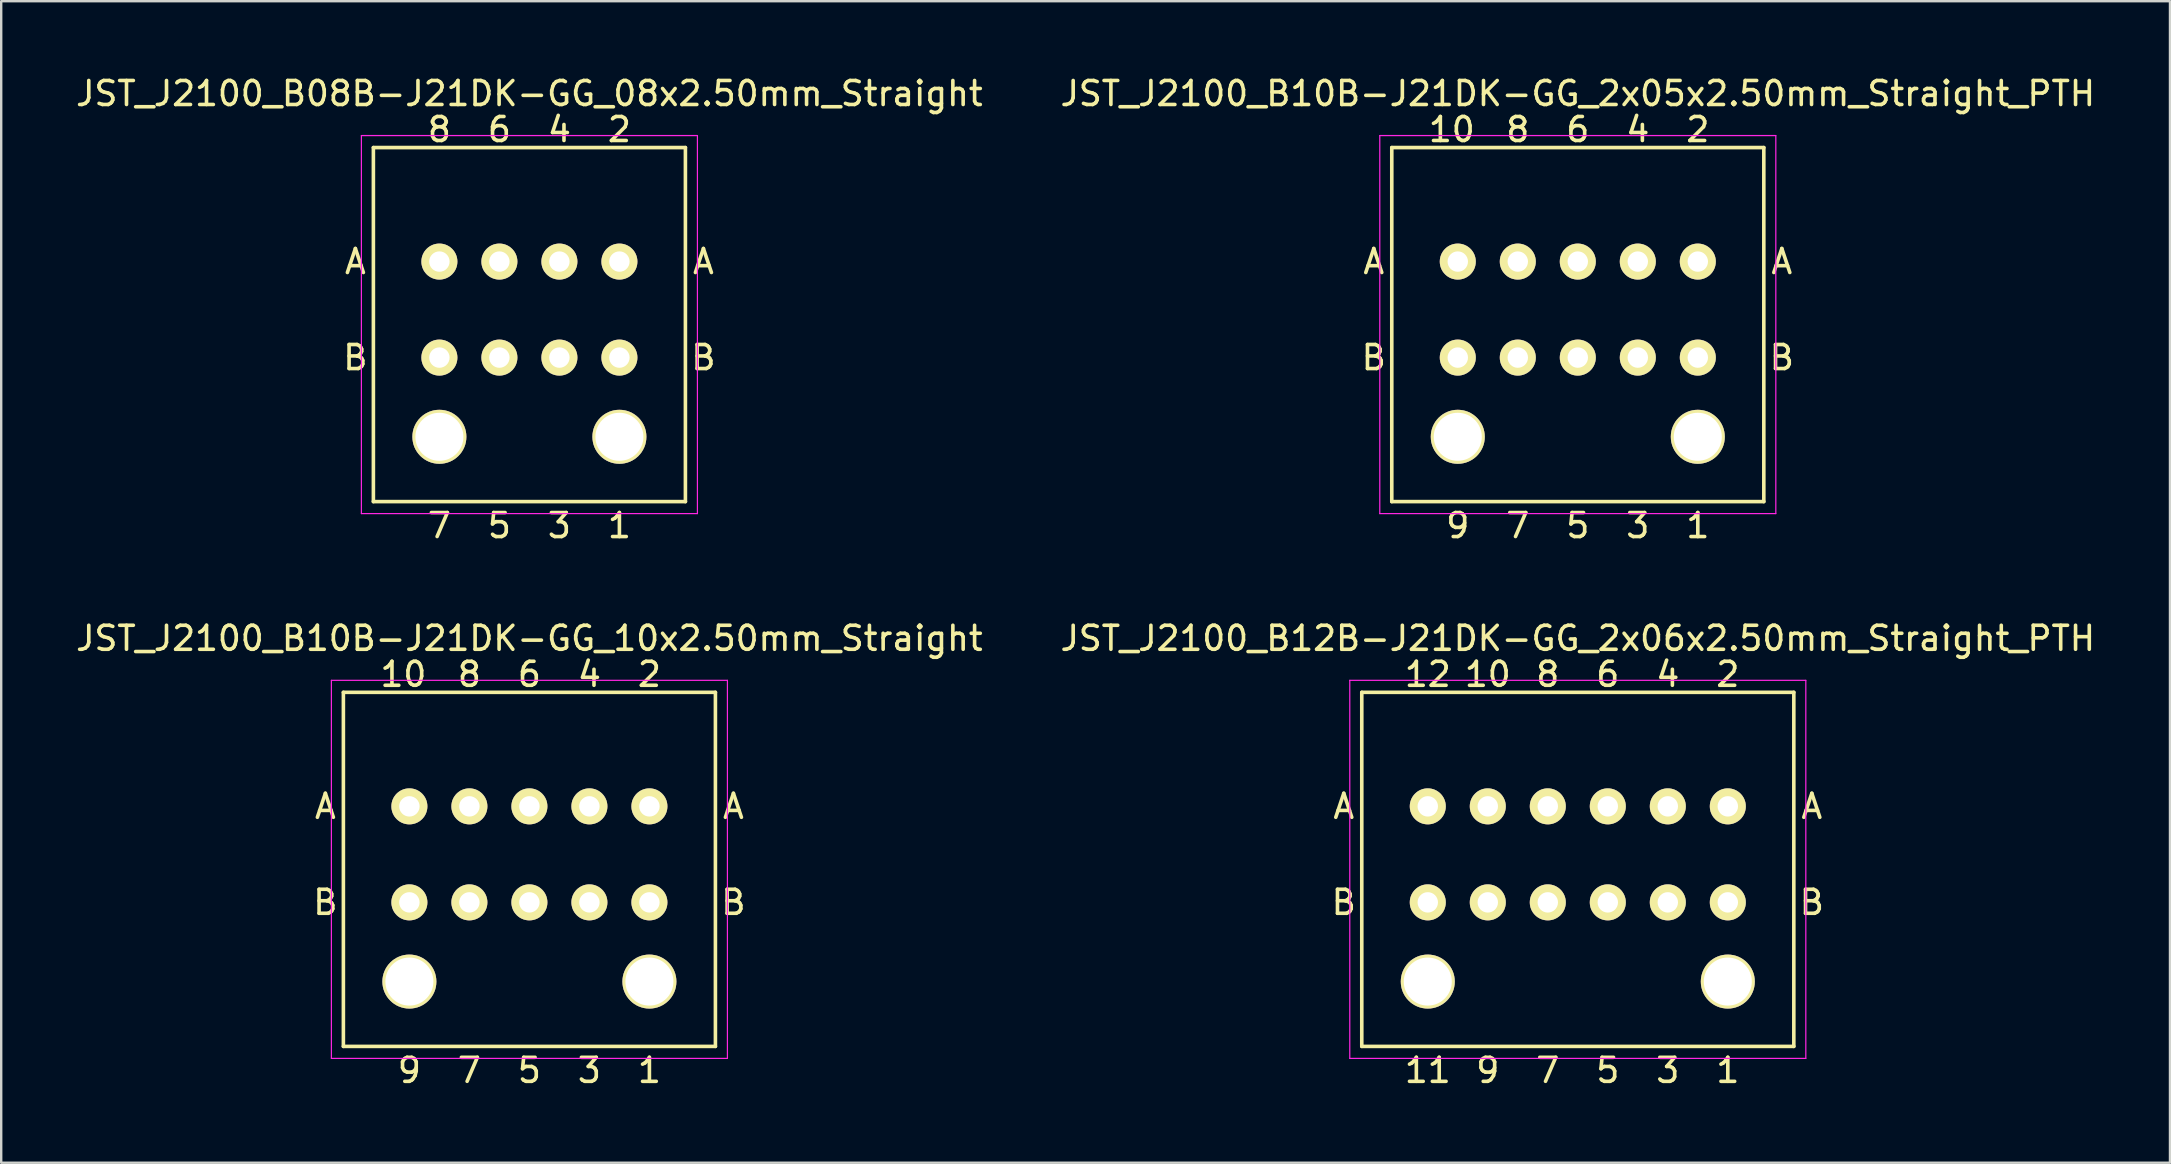
<source format=kicad_pcb>
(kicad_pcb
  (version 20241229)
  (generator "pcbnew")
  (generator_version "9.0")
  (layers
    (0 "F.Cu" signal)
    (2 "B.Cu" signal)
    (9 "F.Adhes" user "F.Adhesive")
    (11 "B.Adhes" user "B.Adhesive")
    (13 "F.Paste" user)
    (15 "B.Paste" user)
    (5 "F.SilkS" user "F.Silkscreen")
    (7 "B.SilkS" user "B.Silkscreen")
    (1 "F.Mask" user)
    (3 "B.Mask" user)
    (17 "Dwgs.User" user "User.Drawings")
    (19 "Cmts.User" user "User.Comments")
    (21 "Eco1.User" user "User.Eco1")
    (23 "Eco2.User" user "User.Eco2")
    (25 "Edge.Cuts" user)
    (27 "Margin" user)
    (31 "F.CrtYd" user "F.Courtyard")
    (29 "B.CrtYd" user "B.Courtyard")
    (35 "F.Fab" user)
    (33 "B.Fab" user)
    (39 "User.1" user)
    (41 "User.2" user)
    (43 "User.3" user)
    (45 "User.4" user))
  (footprint "JST_J2100_B08B-J21DK-GG_08x2.50mm_Straight"
    (layer "F.Cu")
    (at 22.756 11.848)
    (property "Reference" "JST_J2100_B08B-J21DK-GG_08x2.50mm_Straight" (at -3.75 -11 0) (layer "F.SilkS") (effects (font (size 1 1) (thickness 0.15))))
    (attr through_hole)
    (fp_line (start -10.25 6) (end -10.25 -8.75) (stroke (width 0.15) (type solid)) (layer "F.SilkS"))
    (fp_line (start 2.75 -8.75) (end -10.25 -8.75) (stroke (width 0.15) (type solid)) (layer "F.SilkS"))
    (fp_line (start 2.75 -8.75) (end 2.75 6) (stroke (width 0.15) (type solid)) (layer "F.SilkS"))
    (fp_line (start 2.75 6) (end -10.25 6) (stroke (width 0.15) (type solid)) (layer "F.SilkS"))
    (fp_line (start -10.75 -9.25) (end 3.25 -9.25) (stroke (width 0.05) (type solid)) (layer "F.CrtYd"))
    (fp_line (start -10.75 6.5) (end -10.75 -9.25) (stroke (width 0.05) (type solid)) (layer "F.CrtYd"))
    (fp_line (start 3.25 -9.25) (end 3.25 6.5) (stroke (width 0.05) (type solid)) (layer "F.CrtYd"))
    (fp_line (start 3.25 6.5) (end -10.75 6.5) (stroke (width 0.05) (type solid)) (layer "F.CrtYd"))
    (fp_text user "B" (at 3.5 0 0) (layer "F.SilkS") (effects (font (size 1 1) (thickness 0.15))))
    (fp_text user "8" (at -7.5 -9.5 0) (layer "F.SilkS") (effects (font (size 1 1) (thickness 0.15))))
    (fp_text user "4" (at -2.5 -9.5 0) (layer "F.SilkS") (effects (font (size 1 1) (thickness 0.15))))
    (fp_text user "B" (at -11 0 0) (layer "F.SilkS") (effects (font (size 1 1) (thickness 0.15))))
    (fp_text user "2" (at 0 -9.5 0) (layer "F.SilkS") (effects (font (size 1 1) (thickness 0.15))))
    (fp_text user "A" (at 3.5 -4 0) (layer "F.SilkS") (effects (font (size 1 1) (thickness 0.15))))
    (fp_text user "A" (at -11 -4 0) (layer "F.SilkS") (effects (font (size 1 1) (thickness 0.15))))
    (fp_text user "1" (at 0 7 0) (layer "F.SilkS") (effects (font (size 1 1) (thickness 0.15))))
    (fp_text user "7" (at -7.5 7 0) (layer "F.SilkS") (effects (font (size 1 1) (thickness 0.15))))
    (fp_text user "6" (at -5 -9.5 0) (layer "F.SilkS") (effects (font (size 1 1) (thickness 0.15))))
    (fp_text user "5" (at -5 7 0) (layer "F.SilkS") (effects (font (size 1 1) (thickness 0.15))))
    (fp_text user "3" (at -2.5 7 0) (layer "F.SilkS") (effects (font (size 1 1) (thickness 0.15))))
    (pad "" thru_hole circle (at -7.5 3.3) (size 2.25 2.25) (drill 2) (layers "*.Cu" "*.Mask" "F.SilkS"))
    (pad "" thru_hole circle (at 0 3.3) (size 2.25 2.25) (drill 2) (layers "*.Cu" "*.Mask" "F.SilkS"))
    (pad "1" thru_hole circle (at 0 0) (size 1.5 1.5) (drill 0.85) (layers "*.Cu" "*.Mask" "F.SilkS"))
    (pad "2" thru_hole circle (at 0 -4) (size 1.5 1.5) (drill 0.85) (layers "*.Cu" "*.Mask" "F.SilkS"))
    (pad "3" thru_hole circle (at -2.5 0) (size 1.5 1.5) (drill 0.85) (layers "*.Cu" "*.Mask" "F.SilkS"))
    (pad "4" thru_hole circle (at -2.5 -4) (size 1.5 1.5) (drill 0.85) (layers "*.Cu" "*.Mask" "F.SilkS"))
    (pad "5" thru_hole circle (at -5 0) (size 1.5 1.5) (drill 0.85) (layers "*.Cu" "*.Mask" "F.SilkS"))
    (pad "6" thru_hole circle (at -5 -4) (size 1.5 1.5) (drill 0.85) (layers "*.Cu" "*.Mask" "F.SilkS"))
    (pad "7" thru_hole circle (at -7.5 0) (size 1.5 1.5) (drill 0.85) (layers "*.Cu" "*.Mask" "F.SilkS"))
    (pad "8" thru_hole circle (at -7.5 -4) (size 1.5 1.5) (drill 0.85) (layers "*.Cu" "*.Mask" "F.SilkS")))
  (footprint "JST_J2100_B12B-J21DK-GG_2x06x2.50mm_Straight_PTH"
    (layer "F.Cu")
    (at 68.935 34.545)
    (property "Reference" "JST_J2100_B12B-J21DK-GG_2x06x2.50mm_Straight_PTH" (at -6.25 -11 0) (layer "F.SilkS") (effects (font (size 1 1) (thickness 0.15))))
    (attr through_hole)
    (fp_line (start -15.25 6) (end -15.25 -8.75) (stroke (width 0.15) (type solid)) (layer "F.SilkS"))
    (fp_line (start 2.75 -8.75) (end -15.25 -8.75) (stroke (width 0.15) (type solid)) (layer "F.SilkS"))
    (fp_line (start 2.75 -8.75) (end 2.75 6) (stroke (width 0.15) (type solid)) (layer "F.SilkS"))
    (fp_line (start 2.75 6) (end -15.25 6) (stroke (width 0.15) (type solid)) (layer "F.SilkS"))
    (fp_line (start -15.75 -9.25) (end 3.25 -9.25) (stroke (width 0.05) (type solid)) (layer "F.CrtYd"))
    (fp_line (start -15.75 6.5) (end -15.75 -9.25) (stroke (width 0.05) (type solid)) (layer "F.CrtYd"))
    (fp_line (start 3.25 -9.25) (end 3.25 6.5) (stroke (width 0.05) (type solid)) (layer "F.CrtYd"))
    (fp_line (start 3.25 6.5) (end -15.75 6.5) (stroke (width 0.05) (type solid)) (layer "F.CrtYd"))
    (fp_text user "3" (at -2.5 7 0) (layer "F.SilkS") (effects (font (size 1 1) (thickness 0.15))))
    (fp_text user "9" (at -10 7 0) (layer "F.SilkS") (effects (font (size 1 1) (thickness 0.15))))
    (fp_text user "6" (at -5 -9.5 0) (layer "F.SilkS") (effects (font (size 1 1) (thickness 0.15))))
    (fp_text user "A" (at -16 -4 0) (layer "F.SilkS") (effects (font (size 1 1) (thickness 0.15))))
    (fp_text user "1" (at 0 7 0) (layer "F.SilkS") (effects (font (size 1 1) (thickness 0.15))))
    (fp_text user "A" (at 3.5 -4 0) (layer "F.SilkS") (effects (font (size 1 1) (thickness 0.15))))
    (fp_text user "8" (at -7.5 -9.5 0) (layer "F.SilkS") (effects (font (size 1 1) (thickness 0.15))))
    (fp_text user "B" (at -16 0 0) (layer "F.SilkS") (effects (font (size 1 1) (thickness 0.15))))
    (fp_text user "2" (at 0 -9.5 0) (layer "F.SilkS") (effects (font (size 1 1) (thickness 0.15))))
    (fp_text user "7" (at -7.5 7 0) (layer "F.SilkS") (effects (font (size 1 1) (thickness 0.15))))
    (fp_text user "B" (at 3.5 0 0) (layer "F.SilkS") (effects (font (size 1 1) (thickness 0.15))))
    (fp_text user "5" (at -5 7 0) (layer "F.SilkS") (effects (font (size 1 1) (thickness 0.15))))
    (fp_text user "11" (at -12.5 7 0) (layer "F.SilkS") (effects (font (size 1 1) (thickness 0.15))))
    (fp_text user "12" (at -12.5 -9.5 0) (layer "F.SilkS") (effects (font (size 1 1) (thickness 0.15))))
    (fp_text user "4" (at -2.5 -9.5 0) (layer "F.SilkS") (effects (font (size 1 1) (thickness 0.15))))
    (fp_text user "10" (at -10 -9.5 0) (layer "F.SilkS") (effects (font (size 1 1) (thickness 0.15))))
    (pad "" thru_hole circle (at -12.5 3.3) (size 2.25 2.25) (drill 2) (layers "*.Cu" "*.Mask" "F.SilkS"))
    (pad "" thru_hole circle (at 0 3.3) (size 2.25 2.25) (drill 2) (layers "*.Cu" "*.Mask" "F.SilkS"))
    (pad "1" thru_hole circle (at 0 0) (size 1.5 1.5) (drill 0.85) (layers "*.Cu" "*.Mask" "F.SilkS"))
    (pad "2" thru_hole circle (at 0 -4) (size 1.5 1.5) (drill 0.85) (layers "*.Cu" "*.Mask" "F.SilkS"))
    (pad "3" thru_hole circle (at -2.5 0) (size 1.5 1.5) (drill 0.85) (layers "*.Cu" "*.Mask" "F.SilkS"))
    (pad "4" thru_hole circle (at -2.5 -4) (size 1.5 1.5) (drill 0.85) (layers "*.Cu" "*.Mask" "F.SilkS"))
    (pad "5" thru_hole circle (at -5 0) (size 1.5 1.5) (drill 0.85) (layers "*.Cu" "*.Mask" "F.SilkS"))
    (pad "6" thru_hole circle (at -5 -4) (size 1.5 1.5) (drill 0.85) (layers "*.Cu" "*.Mask" "F.SilkS"))
    (pad "7" thru_hole circle (at -7.5 0) (size 1.5 1.5) (drill 0.85) (layers "*.Cu" "*.Mask" "F.SilkS"))
    (pad "8" thru_hole circle (at -7.5 -4) (size 1.5 1.5) (drill 0.85) (layers "*.Cu" "*.Mask" "F.SilkS"))
    (pad "9" thru_hole circle (at -12.5 0) (size 1.5 1.5) (drill 0.85) (layers "*.Cu" "*.Mask" "F.SilkS"))
    (pad "9" thru_hole circle (at -10 0) (size 1.5 1.5) (drill 0.85) (layers "*.Cu" "*.Mask" "F.SilkS"))
    (pad "10" thru_hole circle (at -12.5 -4) (size 1.5 1.5) (drill 0.85) (layers "*.Cu" "*.Mask" "F.SilkS"))
    (pad "10" thru_hole circle (at -10 -4) (size 1.5 1.5) (drill 0.85) (layers "*.Cu" "*.Mask" "F.SilkS")))
  (footprint "JST_J2100_B10B-J21DK-GG_2x05x2.50mm_Straight_PTH"
    (layer "F.Cu")
    (at 67.685 11.848)
    (property "Reference" "JST_J2100_B10B-J21DK-GG_2x05x2.50mm_Straight_PTH" (at -5 -11 0) (layer "F.SilkS") (effects (font (size 1 1) (thickness 0.15))))
    (attr through_hole)
    (fp_line (start -12.75 6) (end -12.75 -8.75) (stroke (width 0.15) (type solid)) (layer "F.SilkS"))
    (fp_line (start 2.75 -8.75) (end -12.75 -8.75) (stroke (width 0.15) (type solid)) (layer "F.SilkS"))
    (fp_line (start 2.75 -8.75) (end 2.75 6) (stroke (width 0.15) (type solid)) (layer "F.SilkS"))
    (fp_line (start 2.75 6) (end -12.75 6) (stroke (width 0.15) (type solid)) (layer "F.SilkS"))
    (fp_line (start -13.25 -9.25) (end 3.25 -9.25) (stroke (width 0.05) (type solid)) (layer "F.CrtYd"))
    (fp_line (start -13.25 6.5) (end -13.25 -9.25) (stroke (width 0.05) (type solid)) (layer "F.CrtYd"))
    (fp_line (start 3.25 -9.25) (end 3.25 6.5) (stroke (width 0.05) (type solid)) (layer "F.CrtYd"))
    (fp_line (start 3.25 6.5) (end -13.25 6.5) (stroke (width 0.05) (type solid)) (layer "F.CrtYd"))
    (fp_text user "10" (at -10.25 -9.5 0) (layer "F.SilkS") (effects (font (size 1 1) (thickness 0.15))))
    (fp_text user "A" (at 3.5 -4 0) (layer "F.SilkS") (effects (font (size 1 1) (thickness 0.15))))
    (fp_text user "A" (at -13.5 -4 0) (layer "F.SilkS") (effects (font (size 1 1) (thickness 0.15))))
    (fp_text user "9" (at -10 7 0) (layer "F.SilkS") (effects (font (size 1 1) (thickness 0.15))))
    (fp_text user "7" (at -7.5 7 0) (layer "F.SilkS") (effects (font (size 1 1) (thickness 0.15))))
    (fp_text user "3" (at -2.5 7 0) (layer "F.SilkS") (effects (font (size 1 1) (thickness 0.15))))
    (fp_text user "5" (at -5 7 0) (layer "F.SilkS") (effects (font (size 1 1) (thickness 0.15))))
    (fp_text user "B" (at 3.5 0 0) (layer "F.SilkS") (effects (font (size 1 1) (thickness 0.15))))
    (fp_text user "B" (at -13.5 0 0) (layer "F.SilkS") (effects (font (size 1 1) (thickness 0.15))))
    (fp_text user "4" (at -2.5 -9.5 0) (layer "F.SilkS") (effects (font (size 1 1) (thickness 0.15))))
    (fp_text user "2" (at 0 -9.5 0) (layer "F.SilkS") (effects (font (size 1 1) (thickness 0.15))))
    (fp_text user "6" (at -5 -9.5 0) (layer "F.SilkS") (effects (font (size 1 1) (thickness 0.15))))
    (fp_text user "8" (at -7.5 -9.5 0) (layer "F.SilkS") (effects (font (size 1 1) (thickness 0.15))))
    (fp_text user "1" (at 0 7 0) (layer "F.SilkS") (effects (font (size 1 1) (thickness 0.15))))
    (pad "" thru_hole circle (at -10 3.3) (size 2.25 2.25) (drill 2) (layers "*.Cu" "*.Mask" "F.SilkS"))
    (pad "" thru_hole circle (at 0 3.3) (size 2.25 2.25) (drill 2) (layers "*.Cu" "*.Mask" "F.SilkS"))
    (pad "1" thru_hole circle (at 0 0) (size 1.5 1.5) (drill 0.85) (layers "*.Cu" "*.Mask" "F.SilkS"))
    (pad "2" thru_hole circle (at 0 -4) (size 1.5 1.5) (drill 0.85) (layers "*.Cu" "*.Mask" "F.SilkS"))
    (pad "3" thru_hole circle (at -2.5 0) (size 1.5 1.5) (drill 0.85) (layers "*.Cu" "*.Mask" "F.SilkS"))
    (pad "4" thru_hole circle (at -2.5 -4) (size 1.5 1.5) (drill 0.85) (layers "*.Cu" "*.Mask" "F.SilkS"))
    (pad "5" thru_hole circle (at -5 0) (size 1.5 1.5) (drill 0.85) (layers "*.Cu" "*.Mask" "F.SilkS"))
    (pad "6" thru_hole circle (at -5 -4) (size 1.5 1.5) (drill 0.85) (layers "*.Cu" "*.Mask" "F.SilkS"))
    (pad "7" thru_hole circle (at -7.5 0) (size 1.5 1.5) (drill 0.85) (layers "*.Cu" "*.Mask" "F.SilkS"))
    (pad "8" thru_hole circle (at -7.5 -4) (size 1.5 1.5) (drill 0.85) (layers "*.Cu" "*.Mask" "F.SilkS"))
    (pad "9" thru_hole circle (at -10 0) (size 1.5 1.5) (drill 0.85) (layers "*.Cu" "*.Mask" "F.SilkS"))
    (pad "10" thru_hole circle (at -10 -4) (size 1.5 1.5) (drill 0.85) (layers "*.Cu" "*.Mask" "F.SilkS")))
  (footprint "JST_J2100_B10B-J21DK-GG_10x2.50mm_Straight"
    (layer "F.Cu")
    (at 24.006 34.545)
    (property "Reference" "JST_J2100_B10B-J21DK-GG_10x2.50mm_Straight" (at -5 -11 0) (layer "F.SilkS") (effects (font (size 1 1) (thickness 0.15))))
    (attr through_hole)
    (fp_line (start -12.75 6) (end -12.75 -8.75) (stroke (width 0.15) (type solid)) (layer "F.SilkS"))
    (fp_line (start 2.75 -8.75) (end -12.75 -8.75) (stroke (width 0.15) (type solid)) (layer "F.SilkS"))
    (fp_line (start 2.75 -8.75) (end 2.75 6) (stroke (width 0.15) (type solid)) (layer "F.SilkS"))
    (fp_line (start 2.75 6) (end -12.75 6) (stroke (width 0.15) (type solid)) (layer "F.SilkS"))
    (fp_line (start -13.25 -9.25) (end 3.25 -9.25) (stroke (width 0.05) (type solid)) (layer "F.CrtYd"))
    (fp_line (start -13.25 6.5) (end -13.25 -9.25) (stroke (width 0.05) (type solid)) (layer "F.CrtYd"))
    (fp_line (start 3.25 -9.25) (end 3.25 6.5) (stroke (width 0.05) (type solid)) (layer "F.CrtYd"))
    (fp_line (start 3.25 6.5) (end -13.25 6.5) (stroke (width 0.05) (type solid)) (layer "F.CrtYd"))
    (fp_text user "5" (at -5 7 0) (layer "F.SilkS") (effects (font (size 1 1) (thickness 0.15))))
    (fp_text user "8" (at -7.5 -9.5 0) (layer "F.SilkS") (effects (font (size 1 1) (thickness 0.15))))
    (fp_text user "7" (at -7.5 7 0) (layer "F.SilkS") (effects (font (size 1 1) (thickness 0.15))))
    (fp_text user "1" (at 0 7 0) (layer "F.SilkS") (effects (font (size 1 1) (thickness 0.15))))
    (fp_text user "6" (at -5 -9.5 0) (layer "F.SilkS") (effects (font (size 1 1) (thickness 0.15))))
    (fp_text user "B" (at 3.5 0 0) (layer "F.SilkS") (effects (font (size 1 1) (thickness 0.15))))
    (fp_text user "4" (at -2.5 -9.5 0) (layer "F.SilkS") (effects (font (size 1 1) (thickness 0.15))))
    (fp_text user "10" (at -10.25 -9.5 0) (layer "F.SilkS") (effects (font (size 1 1) (thickness 0.15))))
    (fp_text user "A" (at 3.5 -4 0) (layer "F.SilkS") (effects (font (size 1 1) (thickness 0.15))))
    (fp_text user "B" (at -13.5 0 0) (layer "F.SilkS") (effects (font (size 1 1) (thickness 0.15))))
    (fp_text user "3" (at -2.5 7 0) (layer "F.SilkS") (effects (font (size 1 1) (thickness 0.15))))
    (fp_text user "A" (at -13.5 -4 0) (layer "F.SilkS") (effects (font (size 1 1) (thickness 0.15))))
    (fp_text user "2" (at 0 -9.5 0) (layer "F.SilkS") (effects (font (size 1 1) (thickness 0.15))))
    (fp_text user "9" (at -10 7 0) (layer "F.SilkS") (effects (font (size 1 1) (thickness 0.15))))
    (pad "" thru_hole circle (at -10 3.3) (size 2.25 2.25) (drill 2) (layers "*.Cu" "*.Mask" "F.SilkS"))
    (pad "" thru_hole circle (at 0 3.3) (size 2.25 2.25) (drill 2) (layers "*.Cu" "*.Mask" "F.SilkS"))
    (pad "1" thru_hole circle (at 0 0) (size 1.5 1.5) (drill 0.85) (layers "*.Cu" "*.Mask" "F.SilkS"))
    (pad "2" thru_hole circle (at 0 -4) (size 1.5 1.5) (drill 0.85) (layers "*.Cu" "*.Mask" "F.SilkS"))
    (pad "3" thru_hole circle (at -2.5 0) (size 1.5 1.5) (drill 0.85) (layers "*.Cu" "*.Mask" "F.SilkS"))
    (pad "4" thru_hole circle (at -2.5 -4) (size 1.5 1.5) (drill 0.85) (layers "*.Cu" "*.Mask" "F.SilkS"))
    (pad "5" thru_hole circle (at -5 0) (size 1.5 1.5) (drill 0.85) (layers "*.Cu" "*.Mask" "F.SilkS"))
    (pad "6" thru_hole circle (at -5 -4) (size 1.5 1.5) (drill 0.85) (layers "*.Cu" "*.Mask" "F.SilkS"))
    (pad "7" thru_hole circle (at -7.5 0) (size 1.5 1.5) (drill 0.85) (layers "*.Cu" "*.Mask" "F.SilkS"))
    (pad "8" thru_hole circle (at -7.5 -4) (size 1.5 1.5) (drill 0.85) (layers "*.Cu" "*.Mask" "F.SilkS"))
    (pad "9" thru_hole circle (at -10 0) (size 1.5 1.5) (drill 0.85) (layers "*.Cu" "*.Mask" "F.SilkS"))
    (pad "10" thru_hole circle (at -10 -4) (size 1.5 1.5) (drill 0.85) (layers "*.Cu" "*.Mask" "F.SilkS")))
  (gr_rect
    (start -3 -3)
    (end 87.357 45.393)
    (stroke (width 0.1) (type default))
    (fill no)
    (layer "Edge.Cuts")))
</source>
